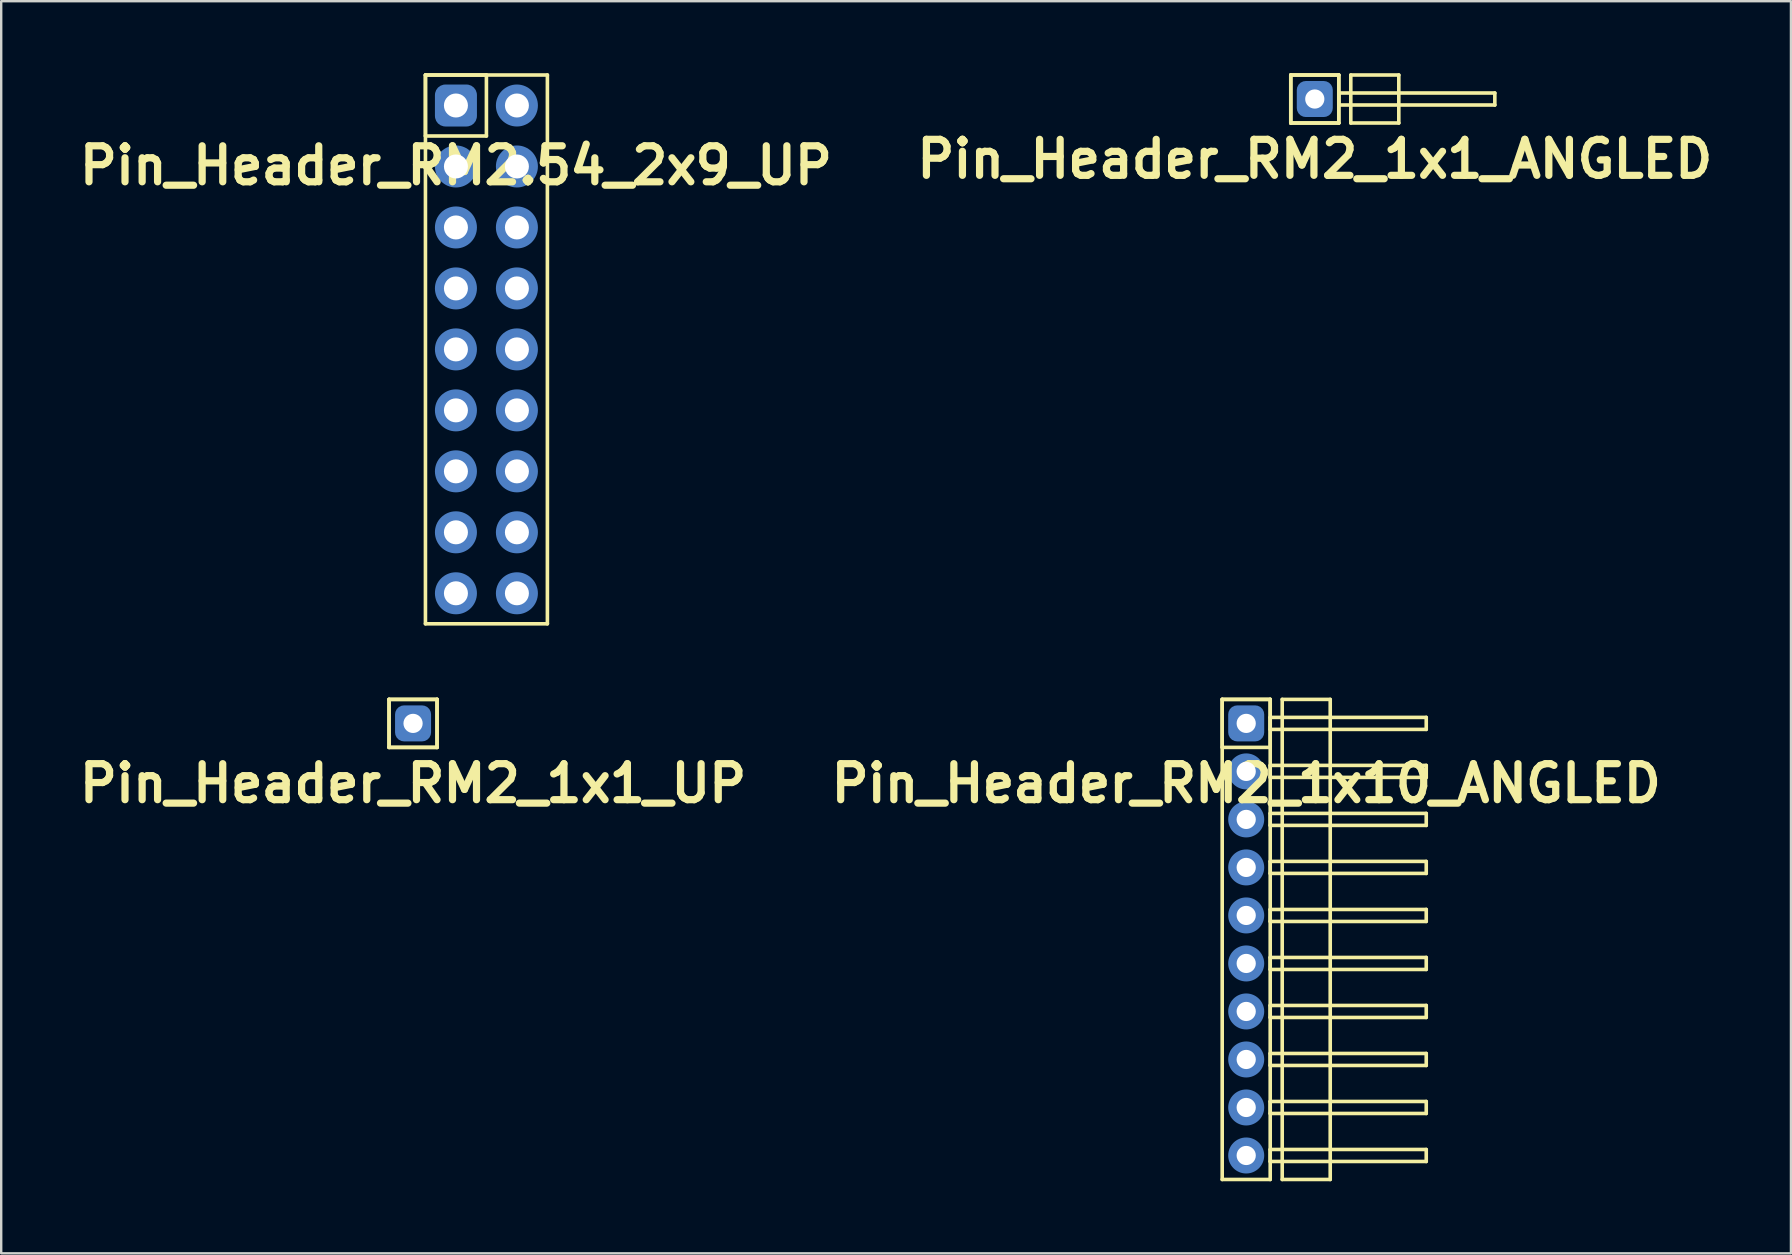
<source format=kicad_pcb>
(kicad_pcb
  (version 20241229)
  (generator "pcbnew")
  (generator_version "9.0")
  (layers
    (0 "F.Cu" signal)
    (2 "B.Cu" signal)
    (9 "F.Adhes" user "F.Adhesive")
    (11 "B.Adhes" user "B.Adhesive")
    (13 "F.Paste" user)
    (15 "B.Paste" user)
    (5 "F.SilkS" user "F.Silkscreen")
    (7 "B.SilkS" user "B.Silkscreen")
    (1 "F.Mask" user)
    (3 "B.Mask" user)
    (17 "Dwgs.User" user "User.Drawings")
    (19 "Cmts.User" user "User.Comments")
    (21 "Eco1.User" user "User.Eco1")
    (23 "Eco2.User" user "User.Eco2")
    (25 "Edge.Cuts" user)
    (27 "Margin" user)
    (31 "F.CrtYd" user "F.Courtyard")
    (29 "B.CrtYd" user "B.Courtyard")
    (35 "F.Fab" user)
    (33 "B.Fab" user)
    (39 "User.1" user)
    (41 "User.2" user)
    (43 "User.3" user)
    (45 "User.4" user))
  (footprint "Pin_Header_RM2_1x1_UP"
    (layer "F.Cu")
    (at 14.157 27.085)
    (property "Reference" "Pin_Header_RM2_1x1_UP" (at 0 2.5 0) (layer "F.SilkS") (effects (font (size 1.5 1.5) (thickness 0.3))))
    (attr through_hole)
    (fp_line (start -1 -1) (end 1 -1) (stroke (width 0.15) (type solid)) (layer "F.SilkS"))
    (fp_line (start -1 -1) (end 1 -1) (stroke (width 0.15) (type solid)) (layer "F.SilkS"))
    (fp_line (start -1 1) (end -1 -1) (stroke (width 0.15) (type solid)) (layer "F.SilkS"))
    (fp_line (start -1 1) (end -1 -1) (stroke (width 0.15) (type solid)) (layer "F.SilkS"))
    (fp_line (start 1 -1) (end 1 1) (stroke (width 0.15) (type solid)) (layer "F.SilkS"))
    (fp_line (start 1 -1) (end 1 1) (stroke (width 0.15) (type solid)) (layer "F.SilkS"))
    (fp_line (start 1 1) (end -1 1) (stroke (width 0.15) (type solid)) (layer "F.SilkS"))
    (fp_line (start 1 1) (end -1 1) (stroke (width 0.15) (type solid)) (layer "F.SilkS"))
    (pad "1" thru_hole circle (at 0 0) (size 1.1 1.1) (drill 0.8) (layers "*.Cu" "*.Mask"))
    (pad "1" smd roundrect (at 0 0) (size 1.25 1.25) (layers "F.Cu" "F.Mask") (roundrect_rratio 0.25))
    (pad "1" smd roundrect (at 0 0) (size 1.5 1.5) (layers "B.Cu" "B.Mask") (roundrect_rratio 0.25)))
  (footprint "Pin_Header_RM2.54_2x9_UP"
    (layer "F.Cu")
    (at 15.943 1.345)
    (property "Reference" "Pin_Header_RM2.54_2x9_UP" (at 0 2.5 0) (layer "F.SilkS") (effects (font (size 1.5 1.5) (thickness 0.3))))
    (attr through_hole)
    (fp_line (start -1.27 -1.27) (end 1.27 -1.27) (stroke (width 0.15) (type solid)) (layer "F.SilkS"))
    (fp_line (start -1.27 -1.27) (end 3.81 -1.27) (stroke (width 0.15) (type solid)) (layer "F.SilkS"))
    (fp_line (start -1.27 1.27) (end -1.27 -1.27) (stroke (width 0.15) (type solid)) (layer "F.SilkS"))
    (fp_line (start -1.27 21.59) (end -1.27 -1.27) (stroke (width 0.15) (type solid)) (layer "F.SilkS"))
    (fp_line (start 1.27 -1.27) (end 1.27 1.27) (stroke (width 0.15) (type solid)) (layer "F.SilkS"))
    (fp_line (start 1.27 1.27) (end -1.27 1.27) (stroke (width 0.15) (type solid)) (layer "F.SilkS"))
    (fp_line (start 3.81 -1.27) (end 3.81 21.59) (stroke (width 0.15) (type solid)) (layer "F.SilkS"))
    (fp_line (start 3.81 21.59) (end -1.27 21.59) (stroke (width 0.15) (type solid)) (layer "F.SilkS"))
    (pad "1" thru_hole circle (at 0 0) (size 1.3 1.3) (drill 1) (layers "*.Cu" "*.Mask"))
    (pad "1" smd roundrect (at 0 0) (size 1.5 1.5) (layers "F.Cu" "F.Mask") (roundrect_rratio 0.25))
    (pad "1" smd roundrect (at 0 0) (size 1.75 1.75) (layers "B.Cu" "B.Mask") (roundrect_rratio 0.25))
    (pad "2" thru_hole circle (at 2.54 0) (size 1.3 1.3) (drill 1) (layers "*.Cu" "*.Mask"))
    (pad "2" smd circle (at 2.54 0) (size 1.5 1.5) (layers "F.Cu" "F.Mask"))
    (pad "2" smd circle (at 2.54 0) (size 1.75 1.75) (layers "B.Cu" "B.Mask"))
    (pad "3" thru_hole circle (at 0 2.54) (size 1.3 1.3) (drill 1) (layers "*.Cu" "*.Mask"))
    (pad "3" smd circle (at 0 2.54) (size 1.5 1.5) (layers "F.Cu" "F.Mask"))
    (pad "3" smd circle (at 0 2.54) (size 1.75 1.75) (layers "B.Cu" "B.Mask"))
    (pad "4" thru_hole circle (at 2.54 2.54) (size 1.3 1.3) (drill 1) (layers "*.Cu" "*.Mask"))
    (pad "4" smd circle (at 2.54 2.54) (size 1.5 1.5) (layers "F.Cu" "F.Mask"))
    (pad "4" smd circle (at 2.54 2.54) (size 1.75 1.75) (layers "B.Cu" "B.Mask"))
    (pad "5" thru_hole circle (at 0 5.08) (size 1.3 1.3) (drill 1) (layers "*.Cu" "*.Mask"))
    (pad "5" smd circle (at 0 5.08) (size 1.5 1.5) (layers "F.Cu" "F.Mask"))
    (pad "5" smd circle (at 0 5.08) (size 1.75 1.75) (layers "B.Cu" "B.Mask"))
    (pad "6" thru_hole circle (at 2.54 5.08) (size 1.3 1.3) (drill 1) (layers "*.Cu" "*.Mask"))
    (pad "6" smd circle (at 2.54 5.08) (size 1.5 1.5) (layers "F.Cu" "F.Mask"))
    (pad "6" smd circle (at 2.54 5.08) (size 1.75 1.75) (layers "B.Cu" "B.Mask"))
    (pad "7" thru_hole circle (at 0 7.62) (size 1.3 1.3) (drill 1) (layers "*.Cu" "*.Mask"))
    (pad "7" smd circle (at 0 7.62) (size 1.5 1.5) (layers "F.Cu" "F.Mask"))
    (pad "7" smd circle (at 0 7.62) (size 1.75 1.75) (layers "B.Cu" "B.Mask"))
    (pad "8" thru_hole circle (at 2.54 7.62) (size 1.3 1.3) (drill 1) (layers "*.Cu" "*.Mask"))
    (pad "8" smd circle (at 2.54 7.62) (size 1.5 1.5) (layers "F.Cu" "F.Mask"))
    (pad "8" smd circle (at 2.54 7.62) (size 1.75 1.75) (layers "B.Cu" "B.Mask"))
    (pad "9" thru_hole circle (at 0 10.16) (size 1.3 1.3) (drill 1) (layers "*.Cu" "*.Mask"))
    (pad "9" smd circle (at 0 10.16) (size 1.5 1.5) (layers "F.Cu" "F.Mask"))
    (pad "9" smd circle (at 0 10.16) (size 1.75 1.75) (layers "B.Cu" "B.Mask"))
    (pad "10" thru_hole circle (at 2.54 10.16) (size 1.3 1.3) (drill 1) (layers "*.Cu" "*.Mask"))
    (pad "10" smd circle (at 2.54 10.16) (size 1.5 1.5) (layers "F.Cu" "F.Mask"))
    (pad "10" smd circle (at 2.54 10.16) (size 1.75 1.75) (layers "B.Cu" "B.Mask"))
    (pad "11" thru_hole circle (at 0 12.7) (size 1.3 1.3) (drill 1) (layers "*.Cu" "*.Mask"))
    (pad "11" smd circle (at 0 12.7) (size 1.5 1.5) (layers "F.Cu" "F.Mask"))
    (pad "11" smd circle (at 0 12.7) (size 1.75 1.75) (layers "B.Cu" "B.Mask"))
    (pad "12" thru_hole circle (at 2.54 12.7) (size 1.3 1.3) (drill 1) (layers "*.Cu" "*.Mask"))
    (pad "12" smd circle (at 2.54 12.7) (size 1.5 1.5) (layers "F.Cu" "F.Mask"))
    (pad "12" smd circle (at 2.54 12.7) (size 1.75 1.75) (layers "B.Cu" "B.Mask"))
    (pad "13" thru_hole circle (at 0 15.24) (size 1.3 1.3) (drill 1) (layers "*.Cu" "*.Mask"))
    (pad "13" smd circle (at 0 15.24) (size 1.5 1.5) (layers "F.Cu" "F.Mask"))
    (pad "13" smd circle (at 0 15.24) (size 1.75 1.75) (layers "B.Cu" "B.Mask"))
    (pad "14" thru_hole circle (at 2.54 15.24) (size 1.3 1.3) (drill 1) (layers "*.Cu" "*.Mask"))
    (pad "14" smd circle (at 2.54 15.24) (size 1.5 1.5) (layers "F.Cu" "F.Mask"))
    (pad "14" smd circle (at 2.54 15.24) (size 1.75 1.75) (layers "B.Cu" "B.Mask"))
    (pad "15" thru_hole circle (at 0 17.78) (size 1.3 1.3) (drill 1) (layers "*.Cu" "*.Mask"))
    (pad "15" smd circle (at 0 17.78) (size 1.5 1.5) (layers "F.Cu" "F.Mask"))
    (pad "15" smd circle (at 0 17.78) (size 1.75 1.75) (layers "B.Cu" "B.Mask"))
    (pad "16" thru_hole circle (at 2.54 17.78) (size 1.3 1.3) (drill 1) (layers "*.Cu" "*.Mask"))
    (pad "16" smd circle (at 2.54 17.78) (size 1.5 1.5) (layers "F.Cu" "F.Mask"))
    (pad "16" smd circle (at 2.54 17.78) (size 1.75 1.75) (layers "B.Cu" "B.Mask"))
    (pad "17" thru_hole circle (at 0 20.32) (size 1.3 1.3) (drill 1) (layers "*.Cu" "*.Mask"))
    (pad "17" smd circle (at 0 20.32) (size 1.5 1.5) (layers "F.Cu" "F.Mask"))
    (pad "17" smd circle (at 0 20.32) (size 1.75 1.75) (layers "B.Cu" "B.Mask"))
    (pad "18" thru_hole circle (at 2.54 20.32) (size 1.3 1.3) (drill 1) (layers "*.Cu" "*.Mask"))
    (pad "18" smd circle (at 2.54 20.32) (size 1.5 1.5) (layers "F.Cu" "F.Mask"))
    (pad "18" smd circle (at 2.54 20.32) (size 1.75 1.75) (layers "B.Cu" "B.Mask")))
  (footprint "Pin_Header_RM2_1x1_ANGLED"
    (layer "F.Cu")
    (at 51.721 1.075)
    (property "Reference" "Pin_Header_RM2_1x1_ANGLED" (at 0 2.5 0) (layer "F.SilkS") (effects (font (size 1.5 1.5) (thickness 0.3))))
    (attr through_hole)
    (fp_line (start -1 -1) (end 1 -1) (stroke (width 0.15) (type solid)) (layer "F.SilkS"))
    (fp_line (start -1 -1) (end 1 -1) (stroke (width 0.15) (type solid)) (layer "F.SilkS"))
    (fp_line (start -1 1) (end -1 -1) (stroke (width 0.15) (type solid)) (layer "F.SilkS"))
    (fp_line (start -1 1) (end -1 -1) (stroke (width 0.15) (type solid)) (layer "F.SilkS"))
    (fp_line (start 1 -1) (end 1 1) (stroke (width 0.15) (type solid)) (layer "F.SilkS"))
    (fp_line (start 1 -1) (end 1 1) (stroke (width 0.15) (type solid)) (layer "F.SilkS"))
    (fp_line (start 1 -0.25) (end 7.5 -0.25) (stroke (width 0.15) (type solid)) (layer "F.SilkS"))
    (fp_line (start 1 0.25) (end 1 -0.25) (stroke (width 0.15) (type solid)) (layer "F.SilkS"))
    (fp_line (start 1 1) (end -1 1) (stroke (width 0.15) (type solid)) (layer "F.SilkS"))
    (fp_line (start 1 1) (end -1 1) (stroke (width 0.15) (type solid)) (layer "F.SilkS"))
    (fp_line (start 1.5 -1) (end 3.5 -1) (stroke (width 0.15) (type solid)) (layer "F.SilkS"))
    (fp_line (start 1.5 1) (end 1.5 -1) (stroke (width 0.15) (type solid)) (layer "F.SilkS"))
    (fp_line (start 3.5 -1) (end 3.5 1) (stroke (width 0.15) (type solid)) (layer "F.SilkS"))
    (fp_line (start 3.5 1) (end 1.5 1) (stroke (width 0.15) (type solid)) (layer "F.SilkS"))
    (fp_line (start 7.5 -0.25) (end 7.5 0.25) (stroke (width 0.15) (type solid)) (layer "F.SilkS"))
    (fp_line (start 7.5 0.25) (end 1 0.25) (stroke (width 0.15) (type solid)) (layer "F.SilkS"))
    (pad "1" thru_hole circle (at 0 0) (size 1.1 1.1) (drill 0.8) (layers "*.Cu" "*.Mask"))
    (pad "1" smd roundrect (at 0 0) (size 1.25 1.25) (layers "F.Cu" "F.Mask") (roundrect_rratio 0.25))
    (pad "1" smd roundrect (at 0 0) (size 1.5 1.5) (layers "B.Cu" "B.Mask") (roundrect_rratio 0.25)))
  (footprint "Pin_Header_RM2_1x10_ANGLED"
    (layer "F.Cu")
    (at 48.864 27.085)
    (property "Reference" "Pin_Header_RM2_1x10_ANGLED" (at 0 2.5 0) (layer "F.SilkS") (effects (font (size 1.5 1.5) (thickness 0.3))))
    (attr through_hole)
    (fp_line (start -1 -1) (end 1 -1) (stroke (width 0.15) (type solid)) (layer "F.SilkS"))
    (fp_line (start -1 -1) (end 1 -1) (stroke (width 0.15) (type solid)) (layer "F.SilkS"))
    (fp_line (start -1 1) (end -1 -1) (stroke (width 0.15) (type solid)) (layer "F.SilkS"))
    (fp_line (start -1 19) (end -1 -1) (stroke (width 0.15) (type solid)) (layer "F.SilkS"))
    (fp_line (start 1 -1) (end 1 1) (stroke (width 0.15) (type solid)) (layer "F.SilkS"))
    (fp_line (start 1 -1) (end 1 19) (stroke (width 0.15) (type solid)) (layer "F.SilkS"))
    (fp_line (start 1 -0.25) (end 7.5 -0.25) (stroke (width 0.15) (type solid)) (layer "F.SilkS"))
    (fp_line (start 1 0.25) (end 1 -0.25) (stroke (width 0.15) (type solid)) (layer "F.SilkS"))
    (fp_line (start 1 1) (end -1 1) (stroke (width 0.15) (type solid)) (layer "F.SilkS"))
    (fp_line (start 1 1.75) (end 7.5 1.75) (stroke (width 0.15) (type solid)) (layer "F.SilkS"))
    (fp_line (start 1 2.25) (end 1 1.75) (stroke (width 0.15) (type solid)) (layer "F.SilkS"))
    (fp_line (start 1 3.75) (end 7.5 3.75) (stroke (width 0.15) (type solid)) (layer "F.SilkS"))
    (fp_line (start 1 4.25) (end 1 3.75) (stroke (width 0.15) (type solid)) (layer "F.SilkS"))
    (fp_line (start 1 5.75) (end 7.5 5.75) (stroke (width 0.15) (type solid)) (layer "F.SilkS"))
    (fp_line (start 1 6.25) (end 1 5.75) (stroke (width 0.15) (type solid)) (layer "F.SilkS"))
    (fp_line (start 1 7.75) (end 7.5 7.75) (stroke (width 0.15) (type solid)) (layer "F.SilkS"))
    (fp_line (start 1 8.25) (end 1 7.75) (stroke (width 0.15) (type solid)) (layer "F.SilkS"))
    (fp_line (start 1 9.75) (end 7.5 9.75) (stroke (width 0.15) (type solid)) (layer "F.SilkS"))
    (fp_line (start 1 10.25) (end 1 9.75) (stroke (width 0.15) (type solid)) (layer "F.SilkS"))
    (fp_line (start 1 11.75) (end 7.5 11.75) (stroke (width 0.15) (type solid)) (layer "F.SilkS"))
    (fp_line (start 1 12.25) (end 1 11.75) (stroke (width 0.15) (type solid)) (layer "F.SilkS"))
    (fp_line (start 1 13.75) (end 7.5 13.75) (stroke (width 0.15) (type solid)) (layer "F.SilkS"))
    (fp_line (start 1 14.25) (end 1 13.75) (stroke (width 0.15) (type solid)) (layer "F.SilkS"))
    (fp_line (start 1 15.75) (end 7.5 15.75) (stroke (width 0.15) (type solid)) (layer "F.SilkS"))
    (fp_line (start 1 16.25) (end 1 15.75) (stroke (width 0.15) (type solid)) (layer "F.SilkS"))
    (fp_line (start 1 17.75) (end 7.5 17.75) (stroke (width 0.15) (type solid)) (layer "F.SilkS"))
    (fp_line (start 1 18.25) (end 1 17.75) (stroke (width 0.15) (type solid)) (layer "F.SilkS"))
    (fp_line (start 1 19) (end -1 19) (stroke (width 0.15) (type solid)) (layer "F.SilkS"))
    (fp_line (start 1.5 -1) (end 3.5 -1) (stroke (width 0.15) (type solid)) (layer "F.SilkS"))
    (fp_line (start 1.5 19) (end 1.5 -1) (stroke (width 0.15) (type solid)) (layer "F.SilkS"))
    (fp_line (start 3.5 -1) (end 3.5 19) (stroke (width 0.15) (type solid)) (layer "F.SilkS"))
    (fp_line (start 3.5 19) (end 1.5 19) (stroke (width 0.15) (type solid)) (layer "F.SilkS"))
    (fp_line (start 7.5 -0.25) (end 7.5 0.25) (stroke (width 0.15) (type solid)) (layer "F.SilkS"))
    (fp_line (start 7.5 0.25) (end 1 0.25) (stroke (width 0.15) (type solid)) (layer "F.SilkS"))
    (fp_line (start 7.5 1.75) (end 7.5 2.25) (stroke (width 0.15) (type solid)) (layer "F.SilkS"))
    (fp_line (start 7.5 2.25) (end 1 2.25) (stroke (width 0.15) (type solid)) (layer "F.SilkS"))
    (fp_line (start 7.5 3.75) (end 7.5 4.25) (stroke (width 0.15) (type solid)) (layer "F.SilkS"))
    (fp_line (start 7.5 4.25) (end 1 4.25) (stroke (width 0.15) (type solid)) (layer "F.SilkS"))
    (fp_line (start 7.5 5.75) (end 7.5 6.25) (stroke (width 0.15) (type solid)) (layer "F.SilkS"))
    (fp_line (start 7.5 6.25) (end 1 6.25) (stroke (width 0.15) (type solid)) (layer "F.SilkS"))
    (fp_line (start 7.5 7.75) (end 7.5 8.25) (stroke (width 0.15) (type solid)) (layer "F.SilkS"))
    (fp_line (start 7.5 8.25) (end 1 8.25) (stroke (width 0.15) (type solid)) (layer "F.SilkS"))
    (fp_line (start 7.5 9.75) (end 7.5 10.25) (stroke (width 0.15) (type solid)) (layer "F.SilkS"))
    (fp_line (start 7.5 10.25) (end 1 10.25) (stroke (width 0.15) (type solid)) (layer "F.SilkS"))
    (fp_line (start 7.5 11.75) (end 7.5 12.25) (stroke (width 0.15) (type solid)) (layer "F.SilkS"))
    (fp_line (start 7.5 12.25) (end 1 12.25) (stroke (width 0.15) (type solid)) (layer "F.SilkS"))
    (fp_line (start 7.5 13.75) (end 7.5 14.25) (stroke (width 0.15) (type solid)) (layer "F.SilkS"))
    (fp_line (start 7.5 14.25) (end 1 14.25) (stroke (width 0.15) (type solid)) (layer "F.SilkS"))
    (fp_line (start 7.5 15.75) (end 7.5 16.25) (stroke (width 0.15) (type solid)) (layer "F.SilkS"))
    (fp_line (start 7.5 16.25) (end 1 16.25) (stroke (width 0.15) (type solid)) (layer "F.SilkS"))
    (fp_line (start 7.5 17.75) (end 7.5 18.25) (stroke (width 0.15) (type solid)) (layer "F.SilkS"))
    (fp_line (start 7.5 18.25) (end 1 18.25) (stroke (width 0.15) (type solid)) (layer "F.SilkS"))
    (pad "1" thru_hole circle (at 0 0) (size 1.1 1.1) (drill 0.8) (layers "*.Cu" "*.Mask"))
    (pad "1" smd roundrect (at 0 0) (size 1.25 1.25) (layers "F.Cu" "F.Mask") (roundrect_rratio 0.25))
    (pad "1" smd roundrect (at 0 0) (size 1.5 1.5) (layers "B.Cu" "B.Mask") (roundrect_rratio 0.25))
    (pad "2" thru_hole circle (at 0 2) (size 1.1 1.1) (drill 0.8) (layers "*.Cu" "*.Mask"))
    (pad "2" smd circle (at 0 2) (size 1.25 1.25) (layers "F.Cu" "F.Mask"))
    (pad "2" smd circle (at 0 2) (size 1.5 1.5) (layers "B.Cu" "B.Mask"))
    (pad "3" thru_hole circle (at 0 4) (size 1.1 1.1) (drill 0.8) (layers "*.Cu" "*.Mask"))
    (pad "3" smd circle (at 0 4) (size 1.25 1.25) (layers "F.Cu" "F.Mask"))
    (pad "3" smd circle (at 0 4) (size 1.5 1.5) (layers "B.Cu" "B.Mask"))
    (pad "4" thru_hole circle (at 0 6) (size 1.1 1.1) (drill 0.8) (layers "*.Cu" "*.Mask"))
    (pad "4" smd circle (at 0 6) (size 1.25 1.25) (layers "F.Cu" "F.Mask"))
    (pad "4" smd circle (at 0 6) (size 1.5 1.5) (layers "B.Cu" "B.Mask"))
    (pad "5" thru_hole circle (at 0 8) (size 1.1 1.1) (drill 0.8) (layers "*.Cu" "*.Mask"))
    (pad "5" smd circle (at 0 8) (size 1.25 1.25) (layers "F.Cu" "F.Mask"))
    (pad "5" smd circle (at 0 8) (size 1.5 1.5) (layers "B.Cu" "B.Mask"))
    (pad "6" thru_hole circle (at 0 10) (size 1.1 1.1) (drill 0.8) (layers "*.Cu" "*.Mask"))
    (pad "6" smd circle (at 0 10) (size 1.25 1.25) (layers "F.Cu" "F.Mask"))
    (pad "6" smd circle (at 0 10) (size 1.5 1.5) (layers "B.Cu" "B.Mask"))
    (pad "7" thru_hole circle (at 0 12) (size 1.1 1.1) (drill 0.8) (layers "*.Cu" "*.Mask"))
    (pad "7" smd circle (at 0 12) (size 1.25 1.25) (layers "F.Cu" "F.Mask"))
    (pad "7" smd circle (at 0 12) (size 1.5 1.5) (layers "B.Cu" "B.Mask"))
    (pad "8" thru_hole circle (at 0 14) (size 1.1 1.1) (drill 0.8) (layers "*.Cu" "*.Mask"))
    (pad "8" smd circle (at 0 14) (size 1.25 1.25) (layers "F.Cu" "F.Mask"))
    (pad "8" smd circle (at 0 14) (size 1.5 1.5) (layers "B.Cu" "B.Mask"))
    (pad "9" thru_hole circle (at 0 16) (size 1.1 1.1) (drill 0.8) (layers "*.Cu" "*.Mask"))
    (pad "9" smd circle (at 0 16) (size 1.25 1.25) (layers "F.Cu" "F.Mask"))
    (pad "9" smd circle (at 0 16) (size 1.5 1.5) (layers "B.Cu" "B.Mask"))
    (pad "10" thru_hole circle (at 0 18) (size 1.1 1.1) (drill 0.8) (layers "*.Cu" "*.Mask"))
    (pad "10" smd circle (at 0 18) (size 1.25 1.25) (layers "F.Cu" "F.Mask"))
    (pad "10" smd circle (at 0 18) (size 1.5 1.5) (layers "B.Cu" "B.Mask")))
  (gr_rect
    (start -3 -3)
    (end 71.557 49.16)
    (stroke (width 0.1) (type default))
    (fill no)
    (layer "Edge.Cuts")))
</source>
